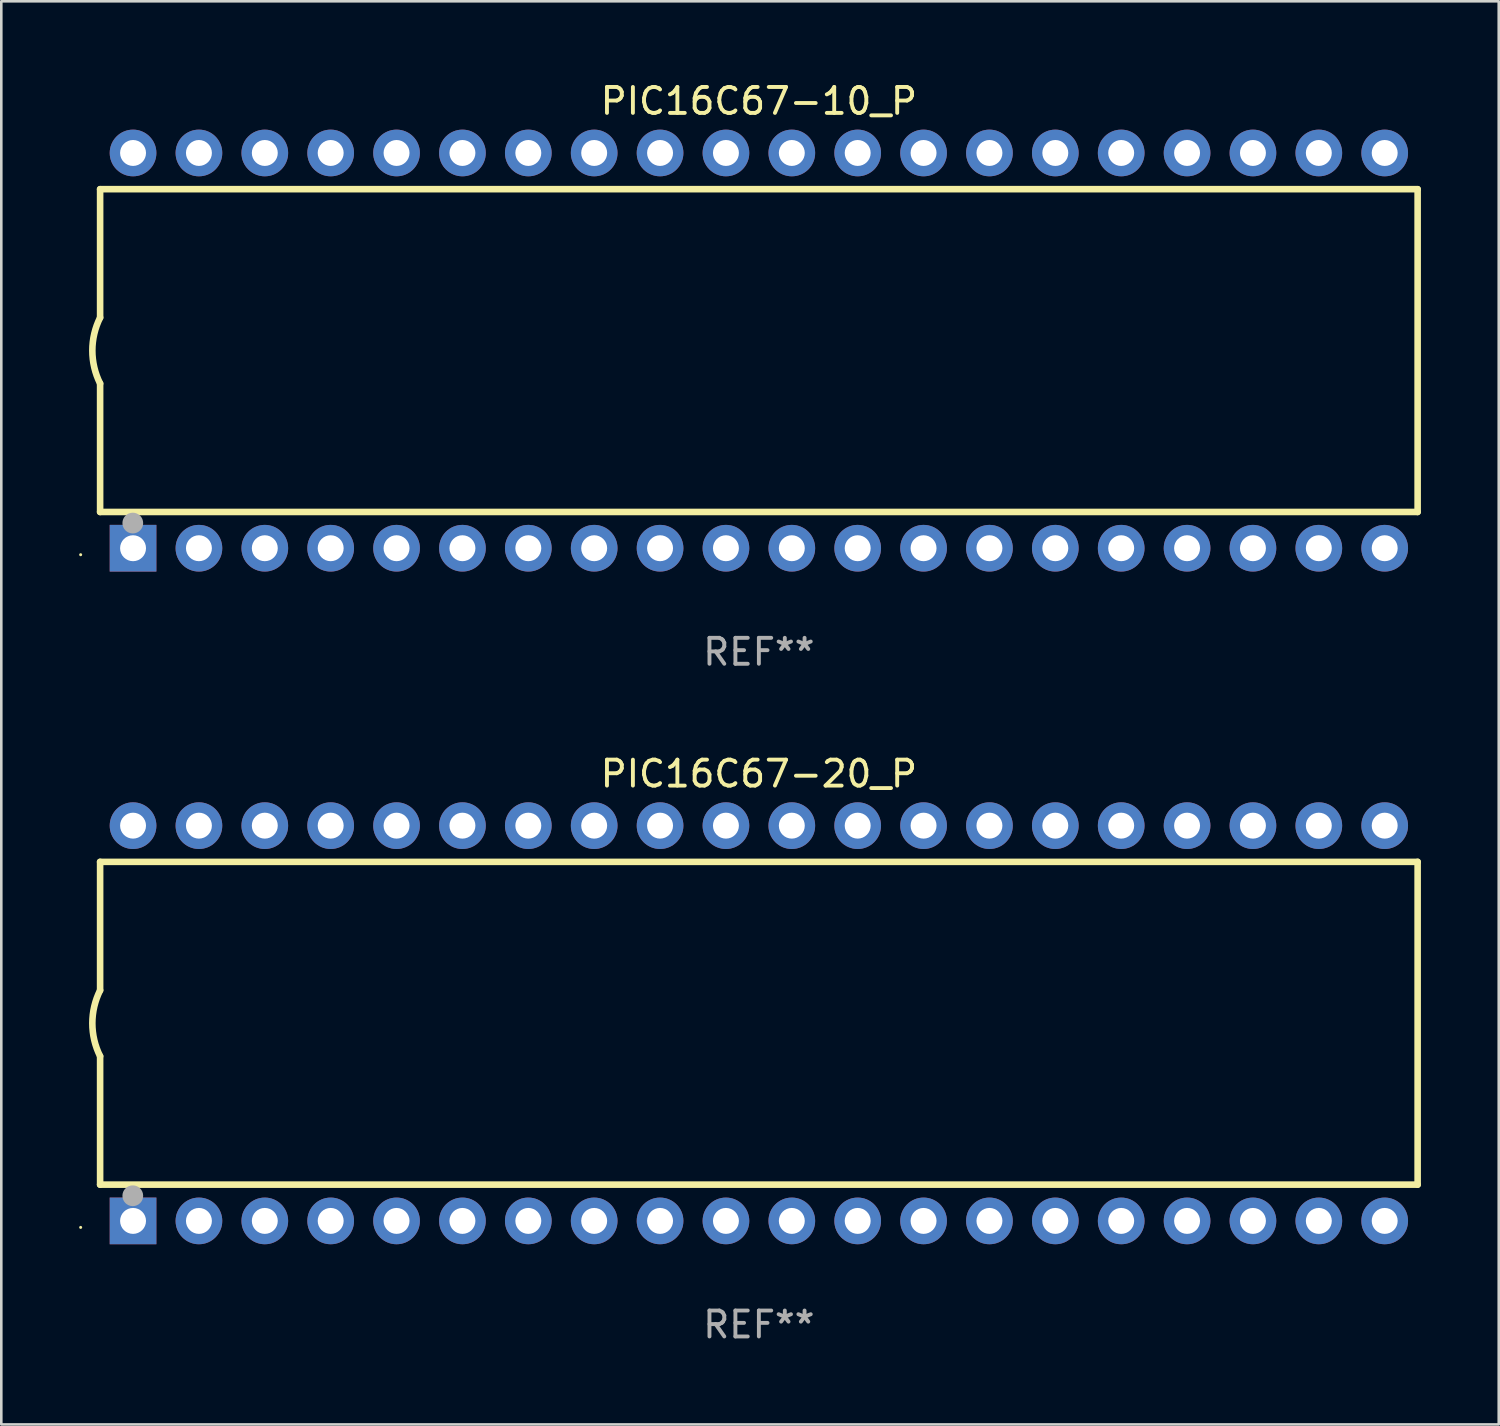
<source format=kicad_pcb>
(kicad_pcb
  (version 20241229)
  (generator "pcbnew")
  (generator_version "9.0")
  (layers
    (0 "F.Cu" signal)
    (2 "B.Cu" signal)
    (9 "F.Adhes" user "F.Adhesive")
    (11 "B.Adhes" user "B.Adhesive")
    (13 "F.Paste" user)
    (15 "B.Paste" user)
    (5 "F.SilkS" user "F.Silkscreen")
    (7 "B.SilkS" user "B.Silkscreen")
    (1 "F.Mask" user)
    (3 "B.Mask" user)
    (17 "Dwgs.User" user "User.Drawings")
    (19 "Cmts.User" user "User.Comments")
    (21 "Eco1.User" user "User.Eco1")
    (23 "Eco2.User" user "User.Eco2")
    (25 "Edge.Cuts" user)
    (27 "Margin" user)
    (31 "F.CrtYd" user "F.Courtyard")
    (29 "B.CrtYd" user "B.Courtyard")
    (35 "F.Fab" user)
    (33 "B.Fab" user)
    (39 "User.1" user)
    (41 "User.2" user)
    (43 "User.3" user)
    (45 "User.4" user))
  (footprint "PIC16C67-20_P"
    (layer "F.Cu")
    (at 26.21 36.405)
    (property "Reference" "PIC16C67-20_P" (at 0 -9.62 0) (layer "F.SilkS") (effects (font (size 1 1) (thickness 0.15))))
    (attr through_hole)
    (fp_line (start -25.4 -6.224) (end -25.4 -1.271) (stroke (width 0.254) (type solid)) (layer "F.SilkS"))
    (fp_line (start -25.4 -6.224) (end 25.4 -6.224) (stroke (width 0.254) (type solid)) (layer "F.SilkS"))
    (fp_line (start -25.4 1.269) (end -25.4 6.222) (stroke (width 0.254) (type solid)) (layer "F.SilkS"))
    (fp_line (start -25.4 6.222) (end 25.4 6.222) (stroke (width 0.254) (type solid)) (layer "F.SilkS"))
    (fp_line (start 25.4 6.222) (end 25.4 -6.224) (stroke (width 0.254) (type solid)) (layer "F.SilkS"))
    (fp_arc (start -25.4 1.269241) (mid -25.699807 -0.000762) (end -25.4 -1.270765) (stroke (width 0.254001) (type solid)) (layer "F.SilkS"))
    (fp_circle (center -26.15 7.87) (end -26.12 7.87) (stroke (width 0.06) (type solid)) (fill no) (layer "F.SilkS"))
    (fp_circle (center -24.14 6.65) (end -23.94 6.65) (stroke (width 0.4) (type solid)) (fill no) (layer "F.Fab"))
    (fp_text user "REF**" (at 0 11.62 0) (layer "F.Fab") (effects (font (size 1 1) (thickness 0.15))))
    (pad "1" thru_hole rect (at -24.13 7.62 90) (size 1.8 1.8) (drill 1) (layers "*.Cu" "*.Mask"))
    (pad "2" thru_hole circle (at -21.59 7.62) (size 1.8 1.8) (drill 1) (layers "*.Cu" "*.Mask"))
    (pad "3" thru_hole circle (at -19.05 7.62) (size 1.8 1.8) (drill 1) (layers "*.Cu" "*.Mask"))
    (pad "4" thru_hole circle (at -16.51 7.62) (size 1.8 1.8) (drill 1) (layers "*.Cu" "*.Mask"))
    (pad "5" thru_hole circle (at -13.97 7.62) (size 1.8 1.8) (drill 1) (layers "*.Cu" "*.Mask"))
    (pad "6" thru_hole circle (at -11.43 7.62) (size 1.8 1.8) (drill 1) (layers "*.Cu" "*.Mask"))
    (pad "7" thru_hole circle (at -8.89 7.62) (size 1.8 1.8) (drill 1) (layers "*.Cu" "*.Mask"))
    (pad "8" thru_hole circle (at -6.35 7.62) (size 1.8 1.8) (drill 1) (layers "*.Cu" "*.Mask"))
    (pad "9" thru_hole circle (at -3.81 7.62) (size 1.8 1.8) (drill 1) (layers "*.Cu" "*.Mask"))
    (pad "10" thru_hole circle (at -1.27 7.62) (size 1.8 1.8) (drill 1) (layers "*.Cu" "*.Mask"))
    (pad "11" thru_hole circle (at 1.27 7.62) (size 1.8 1.8) (drill 1) (layers "*.Cu" "*.Mask"))
    (pad "12" thru_hole circle (at 3.81 7.62) (size 1.8 1.8) (drill 1) (layers "*.Cu" "*.Mask"))
    (pad "13" thru_hole circle (at 6.35 7.62) (size 1.8 1.8) (drill 1) (layers "*.Cu" "*.Mask"))
    (pad "14" thru_hole circle (at 8.89 7.62) (size 1.8 1.8) (drill 1) (layers "*.Cu" "*.Mask"))
    (pad "15" thru_hole circle (at 11.43 7.62) (size 1.8 1.8) (drill 1) (layers "*.Cu" "*.Mask"))
    (pad "16" thru_hole circle (at 13.97 7.62) (size 1.8 1.8) (drill 1) (layers "*.Cu" "*.Mask"))
    (pad "17" thru_hole circle (at 16.51 7.62) (size 1.8 1.8) (drill 1) (layers "*.Cu" "*.Mask"))
    (pad "18" thru_hole circle (at 19.05 7.62) (size 1.8 1.8) (drill 1) (layers "*.Cu" "*.Mask"))
    (pad "19" thru_hole circle (at 21.59 7.62) (size 1.8 1.8) (drill 1) (layers "*.Cu" "*.Mask"))
    (pad "20" thru_hole circle (at 24.13 7.62) (size 1.8 1.8) (drill 1) (layers "*.Cu" "*.Mask"))
    (pad "21" thru_hole circle (at 24.13 -7.62) (size 1.8 1.8) (drill 1) (layers "*.Cu" "*.Mask"))
    (pad "22" thru_hole circle (at 21.59 -7.62) (size 1.8 1.8) (drill 1) (layers "*.Cu" "*.Mask"))
    (pad "23" thru_hole circle (at 19.05 -7.62) (size 1.8 1.8) (drill 1) (layers "*.Cu" "*.Mask"))
    (pad "24" thru_hole circle (at 16.51 -7.62) (size 1.8 1.8) (drill 1) (layers "*.Cu" "*.Mask"))
    (pad "25" thru_hole circle (at 13.97 -7.62) (size 1.8 1.8) (drill 1) (layers "*.Cu" "*.Mask"))
    (pad "26" thru_hole circle (at 11.43 -7.62) (size 1.8 1.8) (drill 1) (layers "*.Cu" "*.Mask"))
    (pad "27" thru_hole circle (at 8.89 -7.62) (size 1.8 1.8) (drill 1) (layers "*.Cu" "*.Mask"))
    (pad "28" thru_hole circle (at 6.35 -7.62) (size 1.8 1.8) (drill 1) (layers "*.Cu" "*.Mask"))
    (pad "29" thru_hole circle (at 3.81 -7.62) (size 1.8 1.8) (drill 1) (layers "*.Cu" "*.Mask"))
    (pad "30" thru_hole circle (at 1.27 -7.62) (size 1.8 1.8) (drill 1) (layers "*.Cu" "*.Mask"))
    (pad "31" thru_hole circle (at -1.27 -7.62) (size 1.8 1.8) (drill 1) (layers "*.Cu" "*.Mask"))
    (pad "32" thru_hole circle (at -3.81 -7.62) (size 1.8 1.8) (drill 1) (layers "*.Cu" "*.Mask"))
    (pad "33" thru_hole circle (at -6.35 -7.62) (size 1.8 1.8) (drill 1) (layers "*.Cu" "*.Mask"))
    (pad "34" thru_hole circle (at -8.89 -7.62) (size 1.8 1.8) (drill 1) (layers "*.Cu" "*.Mask"))
    (pad "35" thru_hole circle (at -11.43 -7.62) (size 1.8 1.8) (drill 1) (layers "*.Cu" "*.Mask"))
    (pad "36" thru_hole circle (at -13.97 -7.62) (size 1.8 1.8) (drill 1) (layers "*.Cu" "*.Mask"))
    (pad "37" thru_hole circle (at -16.51 -7.62) (size 1.8 1.8) (drill 1) (layers "*.Cu" "*.Mask"))
    (pad "38" thru_hole circle (at -19.05 -7.62) (size 1.8 1.8) (drill 1) (layers "*.Cu" "*.Mask"))
    (pad "39" thru_hole circle (at -21.59 -7.62) (size 1.8 1.8) (drill 1) (layers "*.Cu" "*.Mask"))
    (pad "40" thru_hole circle (at -24.13 -7.62) (size 1.8 1.8) (drill 1) (layers "*.Cu" "*.Mask")))
  (footprint "PIC16C67-10_P"
    (layer "F.Cu")
    (at 26.21 10.468)
    (property "Reference" "PIC16C67-10_P" (at 0 -9.62 0) (layer "F.SilkS") (effects (font (size 1 1) (thickness 0.15))))
    (attr through_hole)
    (fp_line (start -25.4 -6.224) (end -25.4 -1.271) (stroke (width 0.254) (type solid)) (layer "F.SilkS"))
    (fp_line (start -25.4 -6.224) (end 25.4 -6.224) (stroke (width 0.254) (type solid)) (layer "F.SilkS"))
    (fp_line (start -25.4 1.269) (end -25.4 6.222) (stroke (width 0.254) (type solid)) (layer "F.SilkS"))
    (fp_line (start -25.4 6.222) (end 25.4 6.222) (stroke (width 0.254) (type solid)) (layer "F.SilkS"))
    (fp_line (start 25.4 6.222) (end 25.4 -6.224) (stroke (width 0.254) (type solid)) (layer "F.SilkS"))
    (fp_arc (start -25.4 1.269241) (mid -25.699807 -0.000762) (end -25.4 -1.270765) (stroke (width 0.254001) (type solid)) (layer "F.SilkS"))
    (fp_circle (center -26.15 7.87) (end -26.12 7.87) (stroke (width 0.06) (type solid)) (fill no) (layer "F.SilkS"))
    (fp_circle (center -24.14 6.65) (end -23.94 6.65) (stroke (width 0.4) (type solid)) (fill no) (layer "F.Fab"))
    (fp_text user "REF**" (at 0 11.62 0) (layer "F.Fab") (effects (font (size 1 1) (thickness 0.15))))
    (pad "1" thru_hole rect (at -24.13 7.62 90) (size 1.8 1.8) (drill 1) (layers "*.Cu" "*.Mask"))
    (pad "2" thru_hole circle (at -21.59 7.62) (size 1.8 1.8) (drill 1) (layers "*.Cu" "*.Mask"))
    (pad "3" thru_hole circle (at -19.05 7.62) (size 1.8 1.8) (drill 1) (layers "*.Cu" "*.Mask"))
    (pad "4" thru_hole circle (at -16.51 7.62) (size 1.8 1.8) (drill 1) (layers "*.Cu" "*.Mask"))
    (pad "5" thru_hole circle (at -13.97 7.62) (size 1.8 1.8) (drill 1) (layers "*.Cu" "*.Mask"))
    (pad "6" thru_hole circle (at -11.43 7.62) (size 1.8 1.8) (drill 1) (layers "*.Cu" "*.Mask"))
    (pad "7" thru_hole circle (at -8.89 7.62) (size 1.8 1.8) (drill 1) (layers "*.Cu" "*.Mask"))
    (pad "8" thru_hole circle (at -6.35 7.62) (size 1.8 1.8) (drill 1) (layers "*.Cu" "*.Mask"))
    (pad "9" thru_hole circle (at -3.81 7.62) (size 1.8 1.8) (drill 1) (layers "*.Cu" "*.Mask"))
    (pad "10" thru_hole circle (at -1.27 7.62) (size 1.8 1.8) (drill 1) (layers "*.Cu" "*.Mask"))
    (pad "11" thru_hole circle (at 1.27 7.62) (size 1.8 1.8) (drill 1) (layers "*.Cu" "*.Mask"))
    (pad "12" thru_hole circle (at 3.81 7.62) (size 1.8 1.8) (drill 1) (layers "*.Cu" "*.Mask"))
    (pad "13" thru_hole circle (at 6.35 7.62) (size 1.8 1.8) (drill 1) (layers "*.Cu" "*.Mask"))
    (pad "14" thru_hole circle (at 8.89 7.62) (size 1.8 1.8) (drill 1) (layers "*.Cu" "*.Mask"))
    (pad "15" thru_hole circle (at 11.43 7.62) (size 1.8 1.8) (drill 1) (layers "*.Cu" "*.Mask"))
    (pad "16" thru_hole circle (at 13.97 7.62) (size 1.8 1.8) (drill 1) (layers "*.Cu" "*.Mask"))
    (pad "17" thru_hole circle (at 16.51 7.62) (size 1.8 1.8) (drill 1) (layers "*.Cu" "*.Mask"))
    (pad "18" thru_hole circle (at 19.05 7.62) (size 1.8 1.8) (drill 1) (layers "*.Cu" "*.Mask"))
    (pad "19" thru_hole circle (at 21.59 7.62) (size 1.8 1.8) (drill 1) (layers "*.Cu" "*.Mask"))
    (pad "20" thru_hole circle (at 24.13 7.62) (size 1.8 1.8) (drill 1) (layers "*.Cu" "*.Mask"))
    (pad "21" thru_hole circle (at 24.13 -7.62) (size 1.8 1.8) (drill 1) (layers "*.Cu" "*.Mask"))
    (pad "22" thru_hole circle (at 21.59 -7.62) (size 1.8 1.8) (drill 1) (layers "*.Cu" "*.Mask"))
    (pad "23" thru_hole circle (at 19.05 -7.62) (size 1.8 1.8) (drill 1) (layers "*.Cu" "*.Mask"))
    (pad "24" thru_hole circle (at 16.51 -7.62) (size 1.8 1.8) (drill 1) (layers "*.Cu" "*.Mask"))
    (pad "25" thru_hole circle (at 13.97 -7.62) (size 1.8 1.8) (drill 1) (layers "*.Cu" "*.Mask"))
    (pad "26" thru_hole circle (at 11.43 -7.62) (size 1.8 1.8) (drill 1) (layers "*.Cu" "*.Mask"))
    (pad "27" thru_hole circle (at 8.89 -7.62) (size 1.8 1.8) (drill 1) (layers "*.Cu" "*.Mask"))
    (pad "28" thru_hole circle (at 6.35 -7.62) (size 1.8 1.8) (drill 1) (layers "*.Cu" "*.Mask"))
    (pad "29" thru_hole circle (at 3.81 -7.62) (size 1.8 1.8) (drill 1) (layers "*.Cu" "*.Mask"))
    (pad "30" thru_hole circle (at 1.27 -7.62) (size 1.8 1.8) (drill 1) (layers "*.Cu" "*.Mask"))
    (pad "31" thru_hole circle (at -1.27 -7.62) (size 1.8 1.8) (drill 1) (layers "*.Cu" "*.Mask"))
    (pad "32" thru_hole circle (at -3.81 -7.62) (size 1.8 1.8) (drill 1) (layers "*.Cu" "*.Mask"))
    (pad "33" thru_hole circle (at -6.35 -7.62) (size 1.8 1.8) (drill 1) (layers "*.Cu" "*.Mask"))
    (pad "34" thru_hole circle (at -8.89 -7.62) (size 1.8 1.8) (drill 1) (layers "*.Cu" "*.Mask"))
    (pad "35" thru_hole circle (at -11.43 -7.62) (size 1.8 1.8) (drill 1) (layers "*.Cu" "*.Mask"))
    (pad "36" thru_hole circle (at -13.97 -7.62) (size 1.8 1.8) (drill 1) (layers "*.Cu" "*.Mask"))
    (pad "37" thru_hole circle (at -16.51 -7.62) (size 1.8 1.8) (drill 1) (layers "*.Cu" "*.Mask"))
    (pad "38" thru_hole circle (at -19.05 -7.62) (size 1.8 1.8) (drill 1) (layers "*.Cu" "*.Mask"))
    (pad "39" thru_hole circle (at -21.59 -7.62) (size 1.8 1.8) (drill 1) (layers "*.Cu" "*.Mask"))
    (pad "40" thru_hole circle (at -24.13 -7.62) (size 1.8 1.8) (drill 1) (layers "*.Cu" "*.Mask")))
  (gr_rect
    (start -3 -3)
    (end 54.737 51.873)
    (stroke (width 0.1) (type default))
    (fill no)
    (layer "Edge.Cuts")))
</source>
